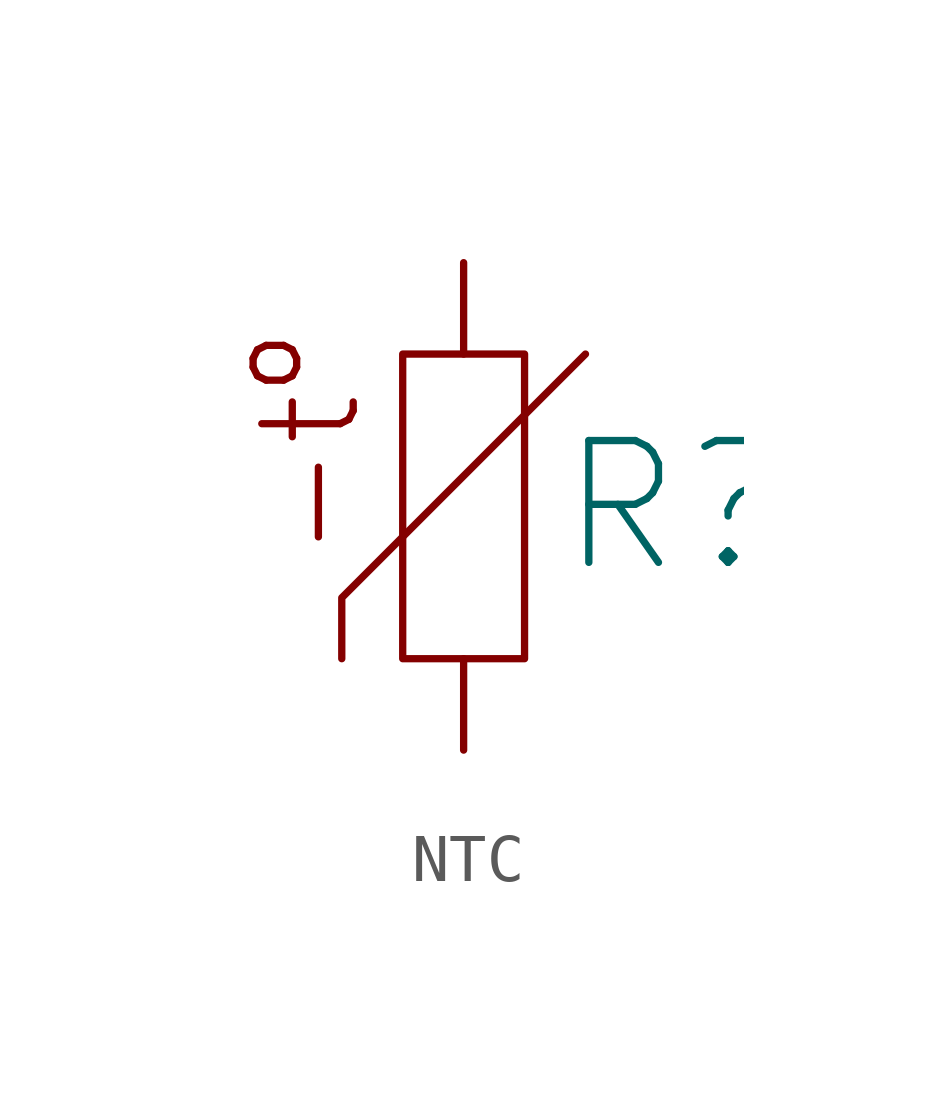
<source format=kicad_sym>
(kicad_symbol_lib
  (version 20231120)
  (generator "kicad_symbol_editor")
  (generator_version "8.0")
  (symbol "NTC"
    (pin_names
      (offset 1.016))
    (property "Reference" "R"
      (at 1.905 -5.08 0)
      (effects (font (size 2.54 2.54)) (justify left)))
    (symbol "NTC_0_1"
      (rectangle (start -1.27 -1.905) (end 1.27 -8.255) (stroke (width 0) (type default)) (fill (type none))))
    (symbol "NTC_1_0"
      (polyline (pts (xy -2.54 -8.255) (xy -2.54 -6.985) (xy 2.54 -1.905)) (stroke (width 0) (type default)) (fill (type none)))
      (text "-tº" (at -3.175 -3.81 900) (effects (font (size 1.905 1.905)))))
    (symbol "NTC_1_1"
      (pin input line (at 0 -10.16 90) (length 1.905) (name "" (effects (font (size 1.27 1.27)))) (number "" (effects (font (size 1.143 1.143)))))
      (pin input line (at 0 0 270) (length 1.905) (name "" (effects (font (size 1.27 1.27)))) (number "" (effects (font (size 1.143 1.143))))))))
</source>
